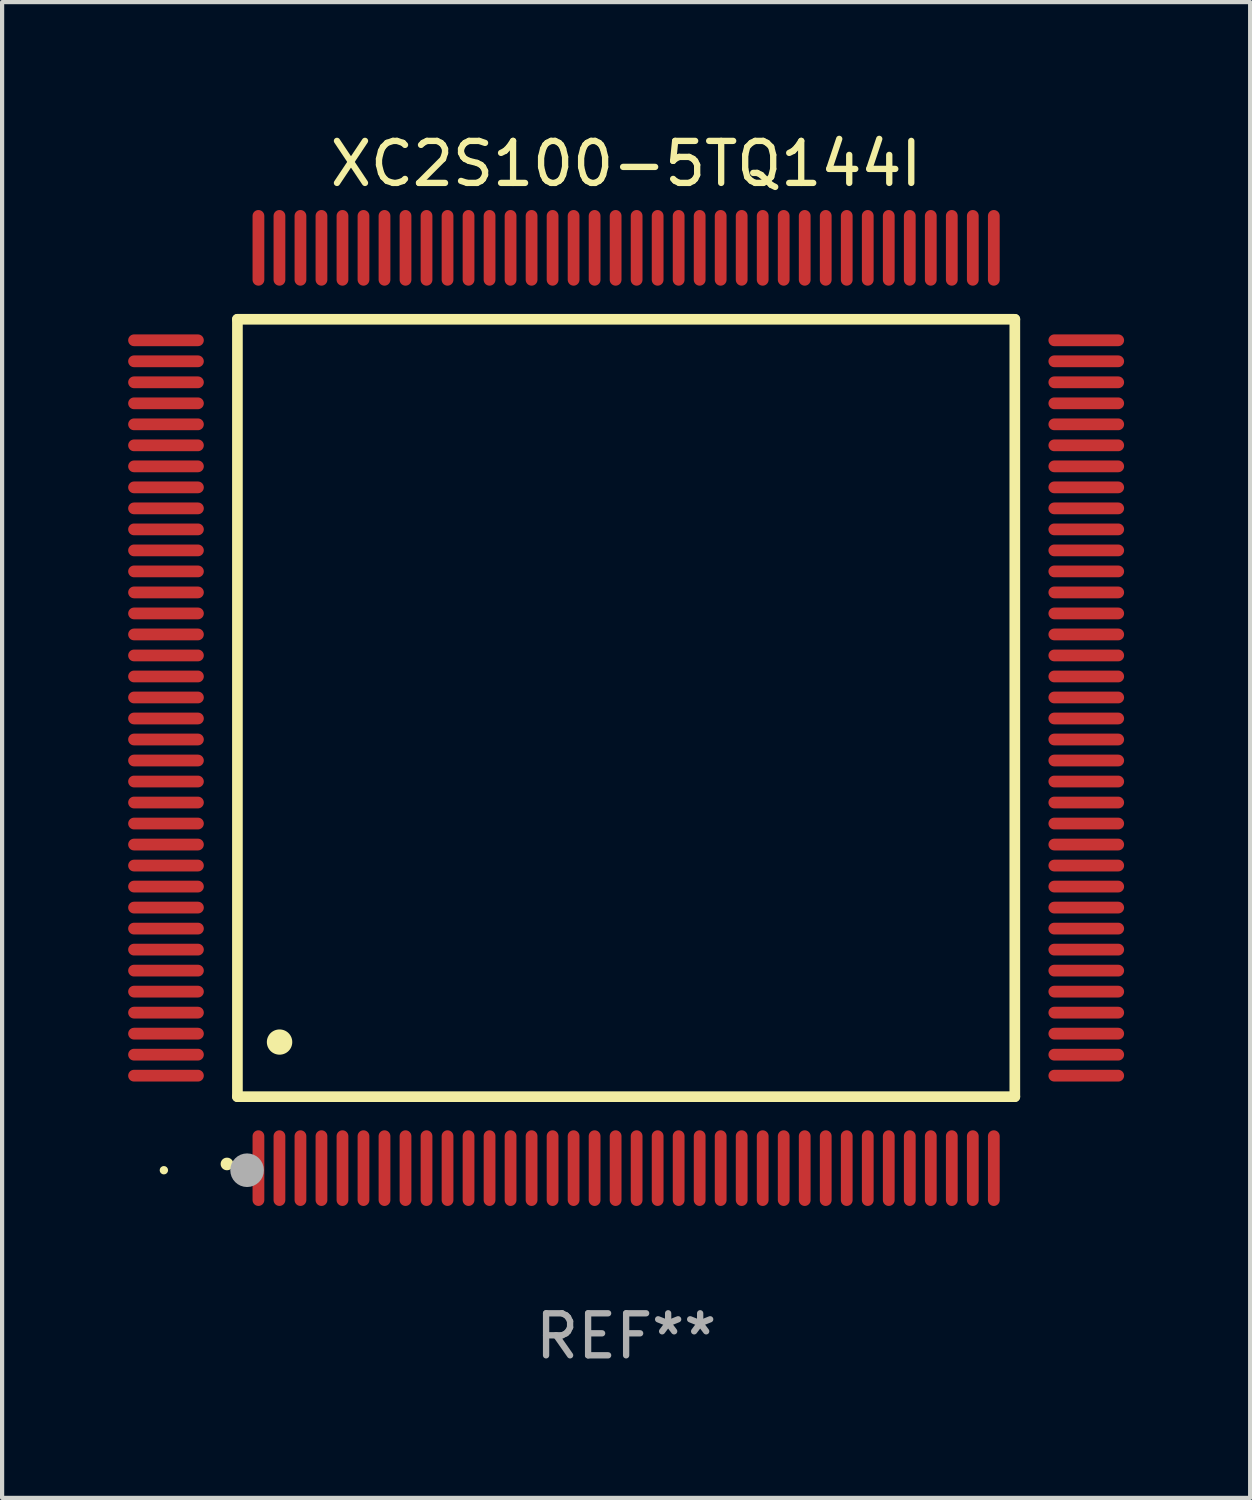
<source format=kicad_pcb>
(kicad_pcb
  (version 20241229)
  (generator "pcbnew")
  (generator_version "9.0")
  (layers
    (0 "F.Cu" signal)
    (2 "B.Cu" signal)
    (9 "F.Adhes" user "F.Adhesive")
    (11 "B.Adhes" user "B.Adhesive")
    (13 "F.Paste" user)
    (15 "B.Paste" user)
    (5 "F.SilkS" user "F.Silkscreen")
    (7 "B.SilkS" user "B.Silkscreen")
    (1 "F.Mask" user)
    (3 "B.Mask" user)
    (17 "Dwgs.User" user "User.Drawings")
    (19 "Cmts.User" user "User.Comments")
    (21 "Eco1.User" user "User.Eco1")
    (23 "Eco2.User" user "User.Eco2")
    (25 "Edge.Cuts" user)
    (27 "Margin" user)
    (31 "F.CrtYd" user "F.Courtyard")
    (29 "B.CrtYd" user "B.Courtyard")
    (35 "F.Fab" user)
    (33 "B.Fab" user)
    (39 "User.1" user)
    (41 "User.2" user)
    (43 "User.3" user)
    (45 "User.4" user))
  (footprint "XC2S100-5TQ144I"
    (layer "F.Cu")
    (at 11.85 13.798)
    (property "Reference" "XC2S100-5TQ144I" (at 0 -12.95 0) (layer "F.SilkS") (effects (font (size 1 1) (thickness 0.15))))
    (attr through_hole)
    (fp_line (start -9.25 -9.25) (end -9.25 9.25) (stroke (width 0.254) (type solid)) (layer "F.SilkS"))
    (fp_line (start -9.25 9.25) (end 9.25 9.25) (stroke (width 0.254) (type solid)) (layer "F.SilkS"))
    (fp_line (start 9.25 -9.25) (end -9.25 -9.25) (stroke (width 0.254) (type solid)) (layer "F.SilkS"))
    (fp_line (start 9.25 9.25) (end 9.25 -9.25) (stroke (width 0.254) (type solid)) (layer "F.SilkS"))
    (fp_arc (start -9.499619 10.850902) (mid -9.498349 10.850897) (end -9.497079 10.850902) (stroke (width 0.3) (type solid)) (layer "F.SilkS"))
    (fp_arc (start -8.249936 7.950216) (mid -8.247396 7.950205) (end -8.244856 7.950216) (stroke (width 0.6) (type solid)) (layer "F.SilkS"))
    (fp_circle (center -11 11) (end -10.95 11) (stroke (width 0.1) (type solid)) (fill no) (layer "F.SilkS"))
    (fp_circle (center -9.02 11) (end -8.82 11) (stroke (width 0.4) (type solid)) (fill no) (layer "F.Fab"))
    (fp_text user "REF**" (at 0 14.95 0) (layer "F.Fab") (effects (font (size 1 1) (thickness 0.15))))
    (pad "1" smd oval (at -8.75 10.95) (size 0.28 1.8) (layers "F.Cu" "F.Mask" "F.Paste"))
    (pad "2" smd oval (at -8.25 10.95) (size 0.28 1.8) (layers "F.Cu" "F.Mask" "F.Paste"))
    (pad "3" smd oval (at -7.75 10.95) (size 0.28 1.8) (layers "F.Cu" "F.Mask" "F.Paste"))
    (pad "4" smd oval (at -7.25 10.95) (size 0.28 1.8) (layers "F.Cu" "F.Mask" "F.Paste"))
    (pad "5" smd oval (at -6.75 10.95) (size 0.28 1.8) (layers "F.Cu" "F.Mask" "F.Paste"))
    (pad "6" smd oval (at -6.25 10.95) (size 0.28 1.8) (layers "F.Cu" "F.Mask" "F.Paste"))
    (pad "7" smd oval (at -5.75 10.95) (size 0.28 1.8) (layers "F.Cu" "F.Mask" "F.Paste"))
    (pad "8" smd oval (at -5.25 10.95) (size 0.28 1.8) (layers "F.Cu" "F.Mask" "F.Paste"))
    (pad "9" smd oval (at -4.75 10.95) (size 0.28 1.8) (layers "F.Cu" "F.Mask" "F.Paste"))
    (pad "10" smd oval (at -4.25 10.95) (size 0.28 1.8) (layers "F.Cu" "F.Mask" "F.Paste"))
    (pad "11" smd oval (at -3.75 10.95) (size 0.28 1.8) (layers "F.Cu" "F.Mask" "F.Paste"))
    (pad "12" smd oval (at -3.25 10.95) (size 0.28 1.8) (layers "F.Cu" "F.Mask" "F.Paste"))
    (pad "13" smd oval (at -2.75 10.95) (size 0.28 1.8) (layers "F.Cu" "F.Mask" "F.Paste"))
    (pad "14" smd oval (at -2.25 10.95) (size 0.28 1.8) (layers "F.Cu" "F.Mask" "F.Paste"))
    (pad "15" smd oval (at -1.75 10.95) (size 0.28 1.8) (layers "F.Cu" "F.Mask" "F.Paste"))
    (pad "16" smd oval (at -1.25 10.95) (size 0.28 1.8) (layers "F.Cu" "F.Mask" "F.Paste"))
    (pad "17" smd oval (at -0.75 10.95) (size 0.28 1.8) (layers "F.Cu" "F.Mask" "F.Paste"))
    (pad "18" smd oval (at -0.25 10.95) (size 0.28 1.8) (layers "F.Cu" "F.Mask" "F.Paste"))
    (pad "19" smd oval (at 0.25 10.95) (size 0.28 1.8) (layers "F.Cu" "F.Mask" "F.Paste"))
    (pad "20" smd oval (at 0.75 10.95) (size 0.28 1.8) (layers "F.Cu" "F.Mask" "F.Paste"))
    (pad "21" smd oval (at 1.25 10.95) (size 0.28 1.8) (layers "F.Cu" "F.Mask" "F.Paste"))
    (pad "22" smd oval (at 1.75 10.95) (size 0.28 1.8) (layers "F.Cu" "F.Mask" "F.Paste"))
    (pad "23" smd oval (at 2.25 10.95) (size 0.28 1.8) (layers "F.Cu" "F.Mask" "F.Paste"))
    (pad "24" smd oval (at 2.75 10.95) (size 0.28 1.8) (layers "F.Cu" "F.Mask" "F.Paste"))
    (pad "25" smd oval (at 3.25 10.95) (size 0.28 1.8) (layers "F.Cu" "F.Mask" "F.Paste"))
    (pad "26" smd oval (at 3.75 10.95) (size 0.28 1.8) (layers "F.Cu" "F.Mask" "F.Paste"))
    (pad "27" smd oval (at 4.25 10.95) (size 0.28 1.8) (layers "F.Cu" "F.Mask" "F.Paste"))
    (pad "28" smd oval (at 4.75 10.95) (size 0.28 1.8) (layers "F.Cu" "F.Mask" "F.Paste"))
    (pad "29" smd oval (at 5.25 10.95) (size 0.28 1.8) (layers "F.Cu" "F.Mask" "F.Paste"))
    (pad "30" smd oval (at 5.75 10.95) (size 0.28 1.8) (layers "F.Cu" "F.Mask" "F.Paste"))
    (pad "31" smd oval (at 6.25 10.95) (size 0.28 1.8) (layers "F.Cu" "F.Mask" "F.Paste"))
    (pad "32" smd oval (at 6.75 10.95) (size 0.28 1.8) (layers "F.Cu" "F.Mask" "F.Paste"))
    (pad "33" smd oval (at 7.25 10.95) (size 0.28 1.8) (layers "F.Cu" "F.Mask" "F.Paste"))
    (pad "34" smd oval (at 7.75 10.95) (size 0.28 1.8) (layers "F.Cu" "F.Mask" "F.Paste"))
    (pad "35" smd oval (at 8.25 10.95) (size 0.28 1.8) (layers "F.Cu" "F.Mask" "F.Paste"))
    (pad "36" smd oval (at 8.75 10.95) (size 0.28 1.8) (layers "F.Cu" "F.Mask" "F.Paste"))
    (pad "37" smd oval (at 10.95 8.75) (size 1.8 0.28) (layers "F.Cu" "F.Mask" "F.Paste"))
    (pad "38" smd oval (at 10.95 8.25) (size 1.8 0.28) (layers "F.Cu" "F.Mask" "F.Paste"))
    (pad "39" smd oval (at 10.95 7.75) (size 1.8 0.28) (layers "F.Cu" "F.Mask" "F.Paste"))
    (pad "40" smd oval (at 10.95 7.25) (size 1.8 0.28) (layers "F.Cu" "F.Mask" "F.Paste"))
    (pad "41" smd oval (at 10.95 6.75) (size 1.8 0.28) (layers "F.Cu" "F.Mask" "F.Paste"))
    (pad "42" smd oval (at 10.95 6.25) (size 1.8 0.28) (layers "F.Cu" "F.Mask" "F.Paste"))
    (pad "43" smd oval (at 10.95 5.75) (size 1.8 0.28) (layers "F.Cu" "F.Mask" "F.Paste"))
    (pad "44" smd oval (at 10.95 5.25) (size 1.8 0.28) (layers "F.Cu" "F.Mask" "F.Paste"))
    (pad "45" smd oval (at 10.95 4.75) (size 1.8 0.28) (layers "F.Cu" "F.Mask" "F.Paste"))
    (pad "46" smd oval (at 10.95 4.25) (size 1.8 0.28) (layers "F.Cu" "F.Mask" "F.Paste"))
    (pad "47" smd oval (at 10.95 3.75) (size 1.8 0.28) (layers "F.Cu" "F.Mask" "F.Paste"))
    (pad "48" smd oval (at 10.95 3.25) (size 1.8 0.28) (layers "F.Cu" "F.Mask" "F.Paste"))
    (pad "49" smd oval (at 10.95 2.75) (size 1.8 0.28) (layers "F.Cu" "F.Mask" "F.Paste"))
    (pad "50" smd oval (at 10.95 2.25) (size 1.8 0.28) (layers "F.Cu" "F.Mask" "F.Paste"))
    (pad "51" smd oval (at 10.95 1.75) (size 1.8 0.28) (layers "F.Cu" "F.Mask" "F.Paste"))
    (pad "52" smd oval (at 10.95 1.25) (size 1.8 0.28) (layers "F.Cu" "F.Mask" "F.Paste"))
    (pad "53" smd oval (at 10.95 0.75) (size 1.8 0.28) (layers "F.Cu" "F.Mask" "F.Paste"))
    (pad "54" smd oval (at 10.95 0.25) (size 1.8 0.28) (layers "F.Cu" "F.Mask" "F.Paste"))
    (pad "55" smd oval (at 10.95 -0.25) (size 1.8 0.28) (layers "F.Cu" "F.Mask" "F.Paste"))
    (pad "56" smd oval (at 10.95 -0.75) (size 1.8 0.28) (layers "F.Cu" "F.Mask" "F.Paste"))
    (pad "57" smd oval (at 10.95 -1.25) (size 1.8 0.28) (layers "F.Cu" "F.Mask" "F.Paste"))
    (pad "58" smd oval (at 10.95 -1.75) (size 1.8 0.28) (layers "F.Cu" "F.Mask" "F.Paste"))
    (pad "59" smd oval (at 10.95 -2.25) (size 1.8 0.28) (layers "F.Cu" "F.Mask" "F.Paste"))
    (pad "60" smd oval (at 10.95 -2.75) (size 1.8 0.28) (layers "F.Cu" "F.Mask" "F.Paste"))
    (pad "61" smd oval (at 10.95 -3.25) (size 1.8 0.28) (layers "F.Cu" "F.Mask" "F.Paste"))
    (pad "62" smd oval (at 10.95 -3.75) (size 1.8 0.28) (layers "F.Cu" "F.Mask" "F.Paste"))
    (pad "63" smd oval (at 10.95 -4.25) (size 1.8 0.28) (layers "F.Cu" "F.Mask" "F.Paste"))
    (pad "64" smd oval (at 10.95 -4.75) (size 1.8 0.28) (layers "F.Cu" "F.Mask" "F.Paste"))
    (pad "65" smd oval (at 10.95 -5.25) (size 1.8 0.28) (layers "F.Cu" "F.Mask" "F.Paste"))
    (pad "66" smd oval (at 10.95 -5.75) (size 1.8 0.28) (layers "F.Cu" "F.Mask" "F.Paste"))
    (pad "67" smd oval (at 10.95 -6.25) (size 1.8 0.28) (layers "F.Cu" "F.Mask" "F.Paste"))
    (pad "68" smd oval (at 10.95 -6.75) (size 1.8 0.28) (layers "F.Cu" "F.Mask" "F.Paste"))
    (pad "69" smd oval (at 10.95 -7.25) (size 1.8 0.28) (layers "F.Cu" "F.Mask" "F.Paste"))
    (pad "70" smd oval (at 10.95 -7.75) (size 1.8 0.28) (layers "F.Cu" "F.Mask" "F.Paste"))
    (pad "71" smd oval (at 10.95 -8.25) (size 1.8 0.28) (layers "F.Cu" "F.Mask" "F.Paste"))
    (pad "72" smd oval (at 10.95 -8.75) (size 1.8 0.28) (layers "F.Cu" "F.Mask" "F.Paste"))
    (pad "73" smd oval (at 8.75 -10.95) (size 0.28 1.8) (layers "F.Cu" "F.Mask" "F.Paste"))
    (pad "74" smd oval (at 8.25 -10.95) (size 0.28 1.8) (layers "F.Cu" "F.Mask" "F.Paste"))
    (pad "75" smd oval (at 7.75 -10.95) (size 0.28 1.8) (layers "F.Cu" "F.Mask" "F.Paste"))
    (pad "76" smd oval (at 7.25 -10.95) (size 0.28 1.8) (layers "F.Cu" "F.Mask" "F.Paste"))
    (pad "77" smd oval (at 6.75 -10.95) (size 0.28 1.8) (layers "F.Cu" "F.Mask" "F.Paste"))
    (pad "78" smd oval (at 6.25 -10.95) (size 0.28 1.8) (layers "F.Cu" "F.Mask" "F.Paste"))
    (pad "79" smd oval (at 5.75 -10.95) (size 0.28 1.8) (layers "F.Cu" "F.Mask" "F.Paste"))
    (pad "80" smd oval (at 5.25 -10.95) (size 0.28 1.8) (layers "F.Cu" "F.Mask" "F.Paste"))
    (pad "81" smd oval (at 4.75 -10.95) (size 0.28 1.8) (layers "F.Cu" "F.Mask" "F.Paste"))
    (pad "82" smd oval (at 4.25 -10.95) (size 0.28 1.8) (layers "F.Cu" "F.Mask" "F.Paste"))
    (pad "83" smd oval (at 3.75 -10.95) (size 0.28 1.8) (layers "F.Cu" "F.Mask" "F.Paste"))
    (pad "84" smd oval (at 3.25 -10.95) (size 0.28 1.8) (layers "F.Cu" "F.Mask" "F.Paste"))
    (pad "85" smd oval (at 2.75 -10.95) (size 0.28 1.8) (layers "F.Cu" "F.Mask" "F.Paste"))
    (pad "86" smd oval (at 2.25 -10.95) (size 0.28 1.8) (layers "F.Cu" "F.Mask" "F.Paste"))
    (pad "87" smd oval (at 1.75 -10.95) (size 0.28 1.8) (layers "F.Cu" "F.Mask" "F.Paste"))
    (pad "88" smd oval (at 1.25 -10.95) (size 0.28 1.8) (layers "F.Cu" "F.Mask" "F.Paste"))
    (pad "89" smd oval (at 0.75 -10.95) (size 0.28 1.8) (layers "F.Cu" "F.Mask" "F.Paste"))
    (pad "90" smd oval (at 0.25 -10.95) (size 0.28 1.8) (layers "F.Cu" "F.Mask" "F.Paste"))
    (pad "91" smd oval (at -0.25 -10.95) (size 0.28 1.8) (layers "F.Cu" "F.Mask" "F.Paste"))
    (pad "92" smd oval (at -0.75 -10.95) (size 0.28 1.8) (layers "F.Cu" "F.Mask" "F.Paste"))
    (pad "93" smd oval (at -1.25 -10.95) (size 0.28 1.8) (layers "F.Cu" "F.Mask" "F.Paste"))
    (pad "94" smd oval (at -1.75 -10.95) (size 0.28 1.8) (layers "F.Cu" "F.Mask" "F.Paste"))
    (pad "95" smd oval (at -2.25 -10.95) (size 0.28 1.8) (layers "F.Cu" "F.Mask" "F.Paste"))
    (pad "96" smd oval (at -2.75 -10.95) (size 0.28 1.8) (layers "F.Cu" "F.Mask" "F.Paste"))
    (pad "97" smd oval (at -3.25 -10.95) (size 0.28 1.8) (layers "F.Cu" "F.Mask" "F.Paste"))
    (pad "98" smd oval (at -3.75 -10.95) (size 0.28 1.8) (layers "F.Cu" "F.Mask" "F.Paste"))
    (pad "99" smd oval (at -4.25 -10.95) (size 0.28 1.8) (layers "F.Cu" "F.Mask" "F.Paste"))
    (pad "100" smd oval (at -4.75 -10.95) (size 0.28 1.8) (layers "F.Cu" "F.Mask" "F.Paste"))
    (pad "101" smd oval (at -5.25 -10.95) (size 0.28 1.8) (layers "F.Cu" "F.Mask" "F.Paste"))
    (pad "102" smd oval (at -5.75 -10.95) (size 0.28 1.8) (layers "F.Cu" "F.Mask" "F.Paste"))
    (pad "103" smd oval (at -6.25 -10.95) (size 0.28 1.8) (layers "F.Cu" "F.Mask" "F.Paste"))
    (pad "104" smd oval (at -6.75 -10.95) (size 0.28 1.8) (layers "F.Cu" "F.Mask" "F.Paste"))
    (pad "105" smd oval (at -7.25 -10.95) (size 0.28 1.8) (layers "F.Cu" "F.Mask" "F.Paste"))
    (pad "106" smd oval (at -7.75 -10.95) (size 0.28 1.8) (layers "F.Cu" "F.Mask" "F.Paste"))
    (pad "107" smd oval (at -8.25 -10.95) (size 0.28 1.8) (layers "F.Cu" "F.Mask" "F.Paste"))
    (pad "108" smd oval (at -8.75 -10.95) (size 0.28 1.8) (layers "F.Cu" "F.Mask" "F.Paste"))
    (pad "109" smd oval (at -10.95 -8.75) (size 1.8 0.28) (layers "F.Cu" "F.Mask" "F.Paste"))
    (pad "110" smd oval (at -10.95 -8.25) (size 1.8 0.28) (layers "F.Cu" "F.Mask" "F.Paste"))
    (pad "111" smd oval (at -10.95 -7.75) (size 1.8 0.28) (layers "F.Cu" "F.Mask" "F.Paste"))
    (pad "112" smd oval (at -10.95 -7.25) (size 1.8 0.28) (layers "F.Cu" "F.Mask" "F.Paste"))
    (pad "113" smd oval (at -10.95 -6.75) (size 1.8 0.28) (layers "F.Cu" "F.Mask" "F.Paste"))
    (pad "114" smd oval (at -10.95 -6.25) (size 1.8 0.28) (layers "F.Cu" "F.Mask" "F.Paste"))
    (pad "115" smd oval (at -10.95 -5.75) (size 1.8 0.28) (layers "F.Cu" "F.Mask" "F.Paste"))
    (pad "116" smd oval (at -10.95 -5.25) (size 1.8 0.28) (layers "F.Cu" "F.Mask" "F.Paste"))
    (pad "117" smd oval (at -10.95 -4.75) (size 1.8 0.28) (layers "F.Cu" "F.Mask" "F.Paste"))
    (pad "118" smd oval (at -10.95 -4.25) (size 1.8 0.28) (layers "F.Cu" "F.Mask" "F.Paste"))
    (pad "119" smd oval (at -10.95 -3.75) (size 1.8 0.28) (layers "F.Cu" "F.Mask" "F.Paste"))
    (pad "120" smd oval (at -10.95 -3.25) (size 1.8 0.28) (layers "F.Cu" "F.Mask" "F.Paste"))
    (pad "121" smd oval (at -10.95 -2.75) (size 1.8 0.28) (layers "F.Cu" "F.Mask" "F.Paste"))
    (pad "122" smd oval (at -10.95 -2.25) (size 1.8 0.28) (layers "F.Cu" "F.Mask" "F.Paste"))
    (pad "123" smd oval (at -10.95 -1.75) (size 1.8 0.28) (layers "F.Cu" "F.Mask" "F.Paste"))
    (pad "124" smd oval (at -10.95 -1.25) (size 1.8 0.28) (layers "F.Cu" "F.Mask" "F.Paste"))
    (pad "125" smd oval (at -10.95 -0.75) (size 1.8 0.28) (layers "F.Cu" "F.Mask" "F.Paste"))
    (pad "126" smd oval (at -10.95 -0.25) (size 1.8 0.28) (layers "F.Cu" "F.Mask" "F.Paste"))
    (pad "127" smd oval (at -10.95 0.25) (size 1.8 0.28) (layers "F.Cu" "F.Mask" "F.Paste"))
    (pad "128" smd oval (at -10.95 0.75) (size 1.8 0.28) (layers "F.Cu" "F.Mask" "F.Paste"))
    (pad "129" smd oval (at -10.95 1.25) (size 1.8 0.28) (layers "F.Cu" "F.Mask" "F.Paste"))
    (pad "130" smd oval (at -10.95 1.75) (size 1.8 0.28) (layers "F.Cu" "F.Mask" "F.Paste"))
    (pad "131" smd oval (at -10.95 2.25) (size 1.8 0.28) (layers "F.Cu" "F.Mask" "F.Paste"))
    (pad "132" smd oval (at -10.95 2.75) (size 1.8 0.28) (layers "F.Cu" "F.Mask" "F.Paste"))
    (pad "133" smd oval (at -10.95 3.25) (size 1.8 0.28) (layers "F.Cu" "F.Mask" "F.Paste"))
    (pad "134" smd oval (at -10.95 3.75) (size 1.8 0.28) (layers "F.Cu" "F.Mask" "F.Paste"))
    (pad "135" smd oval (at -10.95 4.25) (size 1.8 0.28) (layers "F.Cu" "F.Mask" "F.Paste"))
    (pad "136" smd oval (at -10.95 4.75) (size 1.8 0.28) (layers "F.Cu" "F.Mask" "F.Paste"))
    (pad "137" smd oval (at -10.95 5.25) (size 1.8 0.28) (layers "F.Cu" "F.Mask" "F.Paste"))
    (pad "138" smd oval (at -10.95 5.75) (size 1.8 0.28) (layers "F.Cu" "F.Mask" "F.Paste"))
    (pad "139" smd oval (at -10.95 6.25) (size 1.8 0.28) (layers "F.Cu" "F.Mask" "F.Paste"))
    (pad "140" smd oval (at -10.95 6.75) (size 1.8 0.28) (layers "F.Cu" "F.Mask" "F.Paste"))
    (pad "141" smd oval (at -10.95 7.25) (size 1.8 0.28) (layers "F.Cu" "F.Mask" "F.Paste"))
    (pad "142" smd oval (at -10.95 7.75) (size 1.8 0.28) (layers "F.Cu" "F.Mask" "F.Paste"))
    (pad "143" smd oval (at -10.95 8.25) (size 1.8 0.28) (layers "F.Cu" "F.Mask" "F.Paste"))
    (pad "144" smd oval (at -10.95 8.75) (size 1.8 0.28) (layers "F.Cu" "F.Mask" "F.Paste")))
  (gr_rect
    (start -3 -3)
    (end 26.7 32.596)
    (stroke (width 0.1) (type default))
    (fill no)
    (layer "Edge.Cuts")))
</source>
